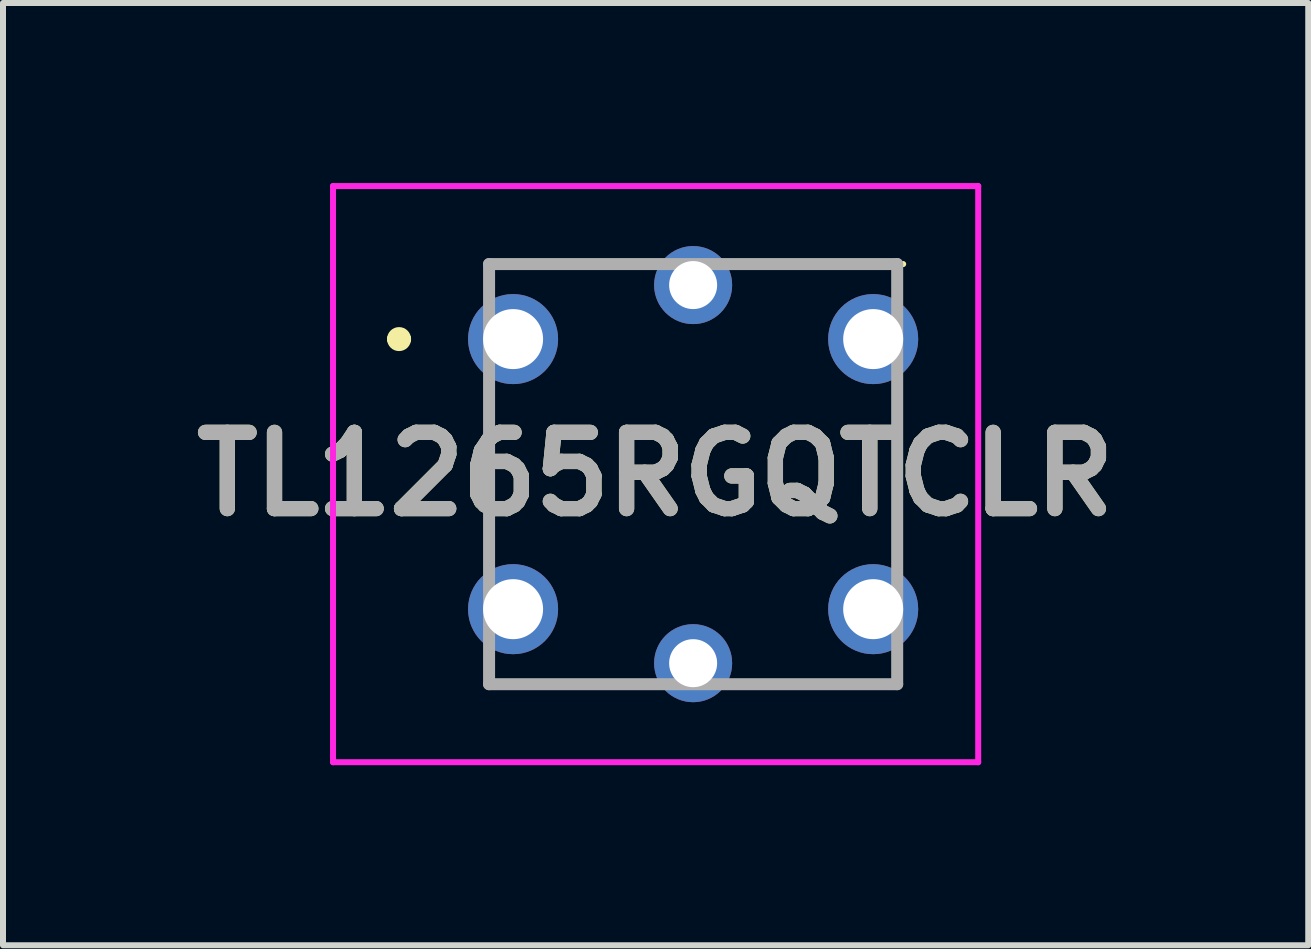
<source format=kicad_pcb>
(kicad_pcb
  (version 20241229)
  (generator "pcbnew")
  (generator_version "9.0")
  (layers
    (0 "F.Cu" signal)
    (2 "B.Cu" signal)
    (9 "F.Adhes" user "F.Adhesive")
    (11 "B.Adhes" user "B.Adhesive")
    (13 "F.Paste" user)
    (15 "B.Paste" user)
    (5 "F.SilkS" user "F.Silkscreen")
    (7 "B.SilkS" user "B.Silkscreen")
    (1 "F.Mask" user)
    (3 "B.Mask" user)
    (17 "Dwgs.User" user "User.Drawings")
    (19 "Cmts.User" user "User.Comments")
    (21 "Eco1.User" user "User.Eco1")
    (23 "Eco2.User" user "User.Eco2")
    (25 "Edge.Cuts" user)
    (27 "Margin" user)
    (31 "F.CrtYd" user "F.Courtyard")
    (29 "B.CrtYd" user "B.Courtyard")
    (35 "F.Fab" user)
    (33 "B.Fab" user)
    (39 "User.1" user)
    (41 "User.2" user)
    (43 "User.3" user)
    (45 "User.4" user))
  (footprint "TL1265RGQTCLR"
    (layer "F.Cu")
    (at 8.499 4.85)
    (property "Reference" "TL1265RGQTCLR" (at -0.625 0 0) (layer "F.SilkS") (effects (font (size 1.27 1.27) (thickness 0.254))))
    (attr through_hole)
    (fp_line (start -5 -2.25) (end -5 -2.25) (stroke (width 0.2) (type solid)) (layer "F.SilkS"))
    (fp_line (start -4.8 -2.25) (end -4.8 -2.25) (stroke (width 0.2) (type solid)) (layer "F.SilkS"))
    (fp_line (start -3.4 -3.5) (end -1 -3.5) (stroke (width 0.1) (type solid)) (layer "F.SilkS"))
    (fp_line (start -3.4 -0.75) (end -3.4 0.75) (stroke (width 0.1) (type solid)) (layer "F.SilkS"))
    (fp_line (start -3.4 3.5) (end -1 3.5) (stroke (width 0.1) (type solid)) (layer "F.SilkS"))
    (fp_line (start 1 -3.5) (end 3.5 -3.5) (stroke (width 0.1) (type solid)) (layer "F.SilkS"))
    (fp_line (start 1 3.5) (end 3.4 3.5) (stroke (width 0.1) (type solid)) (layer "F.SilkS"))
    (fp_line (start 3.4 -0.75) (end 3.4 0.75) (stroke (width 0.1) (type solid)) (layer "F.SilkS"))
    (fp_arc (start -5 -2.25) (mid -4.9 -2.35) (end -4.8 -2.25) (stroke (width 0.2) (type solid)) (layer "F.SilkS"))
    (fp_arc (start -4.8 -2.25) (mid -4.9 -2.15) (end -5 -2.25) (stroke (width 0.2) (type solid)) (layer "F.SilkS"))
    (fp_line (start -6 -4.8) (end 4.75 -4.8) (stroke (width 0.1) (type solid)) (layer "F.CrtYd"))
    (fp_line (start -6 4.8) (end -6 -4.8) (stroke (width 0.1) (type solid)) (layer "F.CrtYd"))
    (fp_line (start 4.75 -4.8) (end 4.75 4.8) (stroke (width 0.1) (type solid)) (layer "F.CrtYd"))
    (fp_line (start 4.75 4.8) (end -6 4.8) (stroke (width 0.1) (type solid)) (layer "F.CrtYd"))
    (fp_line (start -3.4 -3.5) (end 3.4 -3.5) (stroke (width 0.2) (type solid)) (layer "F.Fab"))
    (fp_line (start -3.4 3.5) (end -3.4 -3.5) (stroke (width 0.2) (type solid)) (layer "F.Fab"))
    (fp_line (start 3.4 -3.5) (end 3.4 3.5) (stroke (width 0.2) (type solid)) (layer "F.Fab"))
    (fp_line (start 3.4 3.5) (end -3.4 3.5) (stroke (width 0.2) (type solid)) (layer "F.Fab"))
    (fp_text user "${REFERENCE}" (at -0.625 0 0) (layer "F.Fab") (effects (font (size 1.27 1.27) (thickness 0.254))))
    (pad "1" thru_hole circle (at -3 -2.25) (size 1.5 1.5) (drill 1) (layers "*.Cu" "*.Mask"))
    (pad "2" thru_hole circle (at 3 -2.25) (size 1.5 1.5) (drill 1) (layers "*.Cu" "*.Mask"))
    (pad "3" thru_hole circle (at -3 2.25) (size 1.5 1.5) (drill 1) (layers "*.Cu" "*.Mask"))
    (pad "4" thru_hole circle (at 3 2.25) (size 1.5 1.5) (drill 1) (layers "*.Cu" "*.Mask"))
    (pad "5" thru_hole circle (at 0 -3.15) (size 1.3 1.3) (drill 0.8) (layers "*.Cu" "*.Mask"))
    (pad "6" thru_hole circle (at 0 3.15) (size 1.3 1.3) (drill 0.8) (layers "*.Cu" "*.Mask")))
  (gr_rect
    (start -3 -3)
    (end 18.748 12.7)
    (stroke (width 0.1) (type default))
    (fill no)
    (layer "Edge.Cuts")))
</source>
